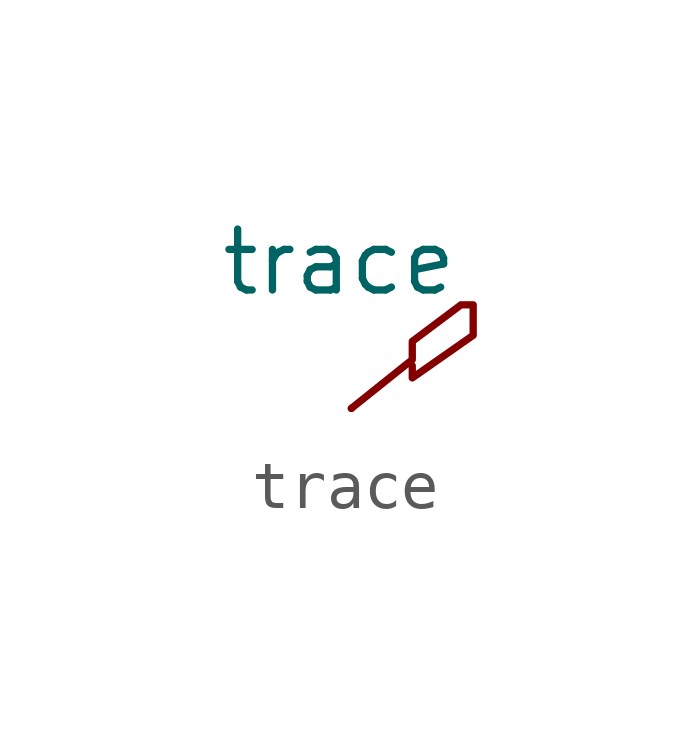
<source format=kicad_sym>
(kicad_symbol_lib
  (version 20231120)
  (generator "kicad_symbol_editor")
  (generator_version "8.0")
  (symbol "trace"
    (pin_names
      (offset 1.016))
    (property "Reference" "U"
      (at 0.381 -1.524 0)
      (effects (font (size 1.27 1.27)) (hide yes)))
    (property "Value" "trace"
      (at -0.254 3.048 0)
      (effects (font (size 1.27 1.27))))
    (symbol "trace_0_1"
      (polyline (pts (xy 0 0) (xy 1.27 1.016) (xy 1.27 1.397) (xy 2.286 2.159) (xy 2.54 2.159) (xy 2.54 1.524) (xy 1.27 0.635) (xy 1.27 0.889)) (stroke (width 0) (type solid)) (fill (type none))))
    (symbol "trace_1_1"
      (pin input line (at 0 0 90) (length 0) (name "~" (effects (font (size 1.27 1.27)))) (number "~" (effects (font (size 1.27 1.27))))))))
</source>
